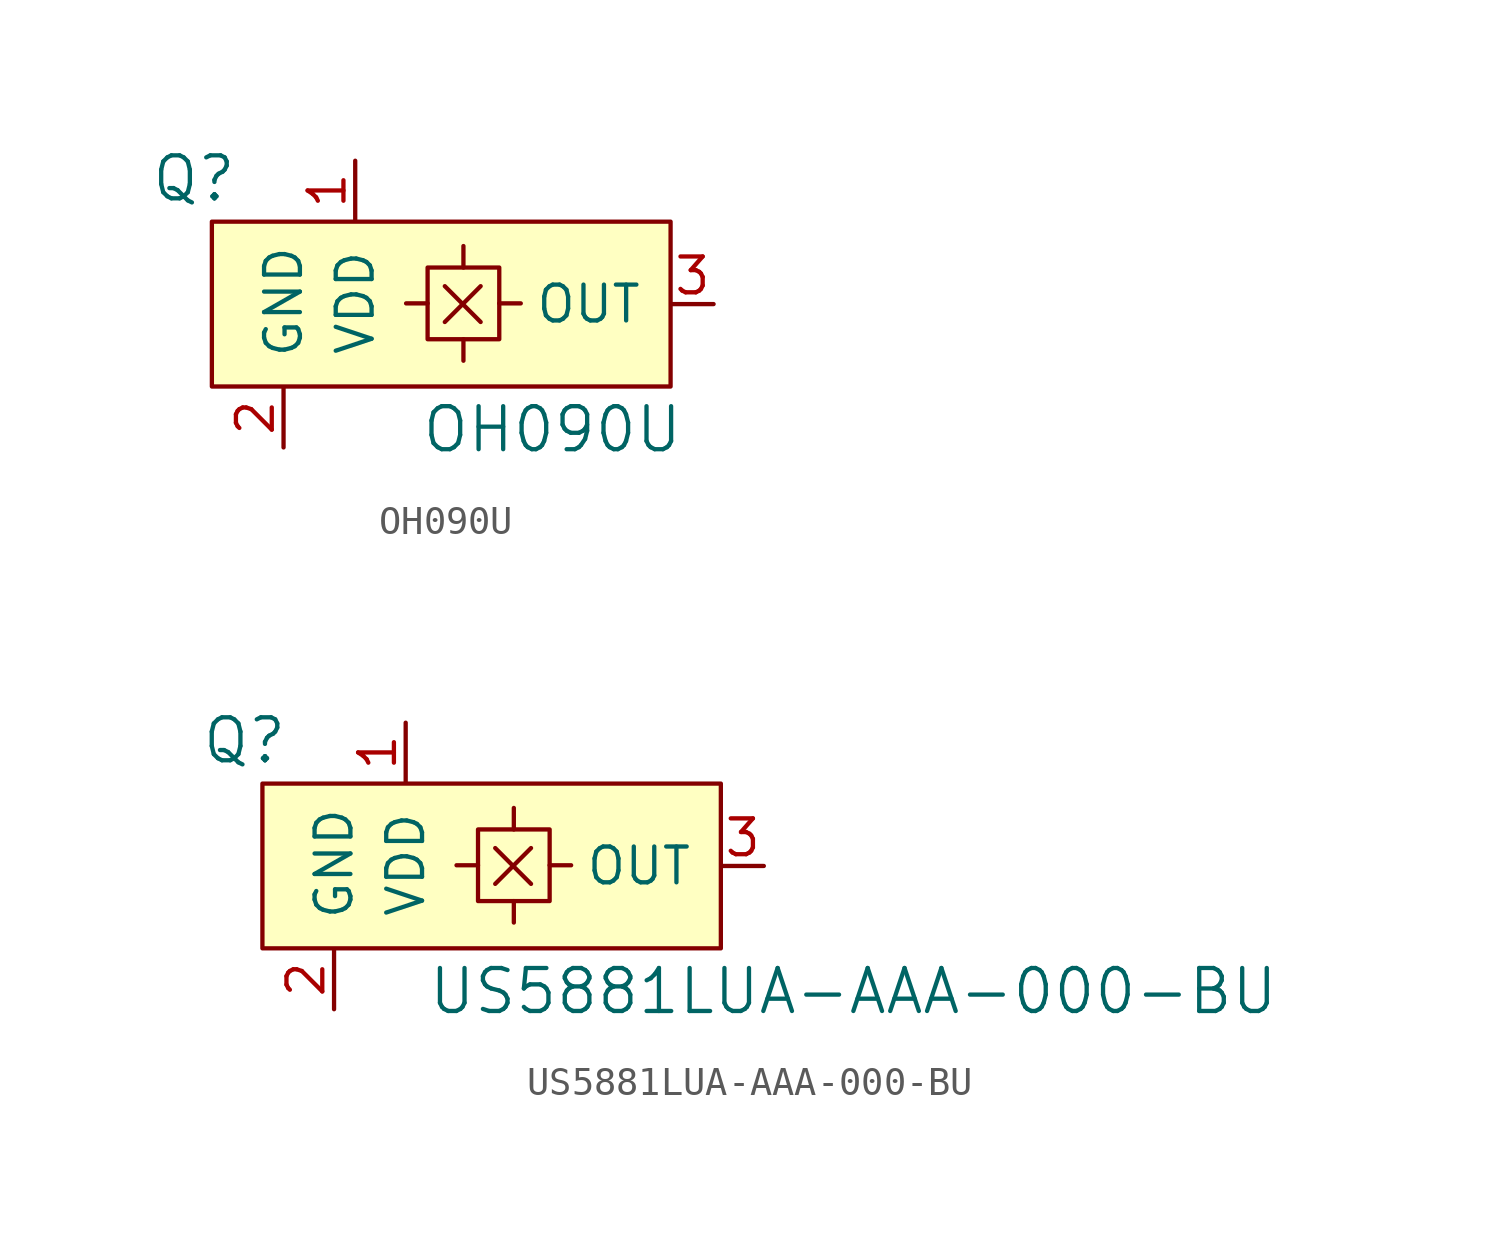
<source format=kicad_sym>
(kicad_symbol_lib
  (version 20211014)
  (generator kicad_symbol_editor)
  (symbol "OH090U"
    (pin_names
      (offset 1.016))
    (property "Reference" "Q"
      (at -8.255 4.445 0)
      (effects (font (size 1.524 1.524))))
    (property "Value" "OH090U"
      (at 4.445 -4.445 0)
      (effects (font (size 1.524 1.524))))
    (symbol "OH090U_0_1"
      (polyline (pts (xy 0.025 0.025) (xy -0.737 0.025)) (stroke (width 0) (type default) (color 0 0 0 0)) (fill (type none)))
      (polyline (pts (xy 0.635 -0.635) (xy 1.905 0.635)) (stroke (width 0) (type default) (color 0 0 0 0)) (fill (type none)))
      (polyline (pts (xy 0.635 0.635) (xy 1.905 -0.635)) (stroke (width 0) (type default) (color 0 0 0 0)) (fill (type none)))
      (polyline (pts (xy 1.295 -1.245) (xy 1.295 -2.007)) (stroke (width 0) (type default) (color 0 0 0 0)) (fill (type none)))
      (polyline (pts (xy 1.295 1.295) (xy 1.295 2.057)) (stroke (width 0) (type default) (color 0 0 0 0)) (fill (type none)))
      (polyline (pts (xy 2.565 0.025) (xy 3.327 0.025)) (stroke (width 0) (type default) (color 0 0 0 0)) (fill (type none)))
      (rectangle (start 0.025 1.295) (end 2.565 -1.245) (stroke (width 0) (type default) (color 0 0 0 0)) (fill (type none)))
      (rectangle (start 8.636 2.921) (end -7.62 -2.921) (stroke (width 0) (type default) (color 0 0 0 0)) (fill (type background))))
    (symbol "OH090U_1_1"
      (pin power_in line (at -2.54 5.08 270) (length 2.108) (name "VDD" (effects (font (size 1.27 1.27)))) (number "1" (effects (font (size 1.27 1.27)))))
      (pin power_in line (at -5.08 -5.08 90) (length 2.108) (name "GND" (effects (font (size 1.27 1.27)))) (number "2" (effects (font (size 1.27 1.27)))))
      (pin output line (at 10.16 0 180) (length 1.499) (name "OUT" (effects (font (size 1.27 1.27)))) (number "3" (effects (font (size 1.27 1.27)))))))
  (symbol "US5881LUA-AAA-000-BU"
    (pin_names
      (offset 1.016))
    (property "Reference" "Q"
      (at -8.255 4.445 0)
      (effects (font (size 1.524 1.524))))
    (property "Value" "US5881LUA-AAA-000-BU"
      (at 13.335 -4.445 0)
      (effects (font (size 1.524 1.524))))
    (symbol "US5881LUA-AAA-000-BU_0_1"
      (polyline (pts (xy 0.025 0.025) (xy -0.737 0.025)) (stroke (width 0) (type default) (color 0 0 0 0)) (fill (type none)))
      (polyline (pts (xy 0.635 -0.635) (xy 1.905 0.635)) (stroke (width 0) (type default) (color 0 0 0 0)) (fill (type none)))
      (polyline (pts (xy 0.635 0.635) (xy 1.905 -0.635)) (stroke (width 0) (type default) (color 0 0 0 0)) (fill (type none)))
      (polyline (pts (xy 1.295 -1.245) (xy 1.295 -2.007)) (stroke (width 0) (type default) (color 0 0 0 0)) (fill (type none)))
      (polyline (pts (xy 1.295 1.295) (xy 1.295 2.057)) (stroke (width 0) (type default) (color 0 0 0 0)) (fill (type none)))
      (polyline (pts (xy 2.565 0.025) (xy 3.327 0.025)) (stroke (width 0) (type default) (color 0 0 0 0)) (fill (type none)))
      (rectangle (start 0.025 1.295) (end 2.565 -1.245) (stroke (width 0) (type default) (color 0 0 0 0)) (fill (type none)))
      (rectangle (start 8.636 2.921) (end -7.62 -2.921) (stroke (width 0) (type default) (color 0 0 0 0)) (fill (type background))))
    (symbol "US5881LUA-AAA-000-BU_1_1"
      (pin power_in line (at -2.54 5.08 270) (length 2.108) (name "VDD" (effects (font (size 1.27 1.27)))) (number "1" (effects (font (size 1.27 1.27)))))
      (pin power_in line (at -5.08 -5.08 90) (length 2.108) (name "GND" (effects (font (size 1.27 1.27)))) (number "2" (effects (font (size 1.27 1.27)))))
      (pin output line (at 10.16 0 180) (length 1.499) (name "OUT" (effects (font (size 1.27 1.27)))) (number "3" (effects (font (size 1.27 1.27))))))))
</source>
